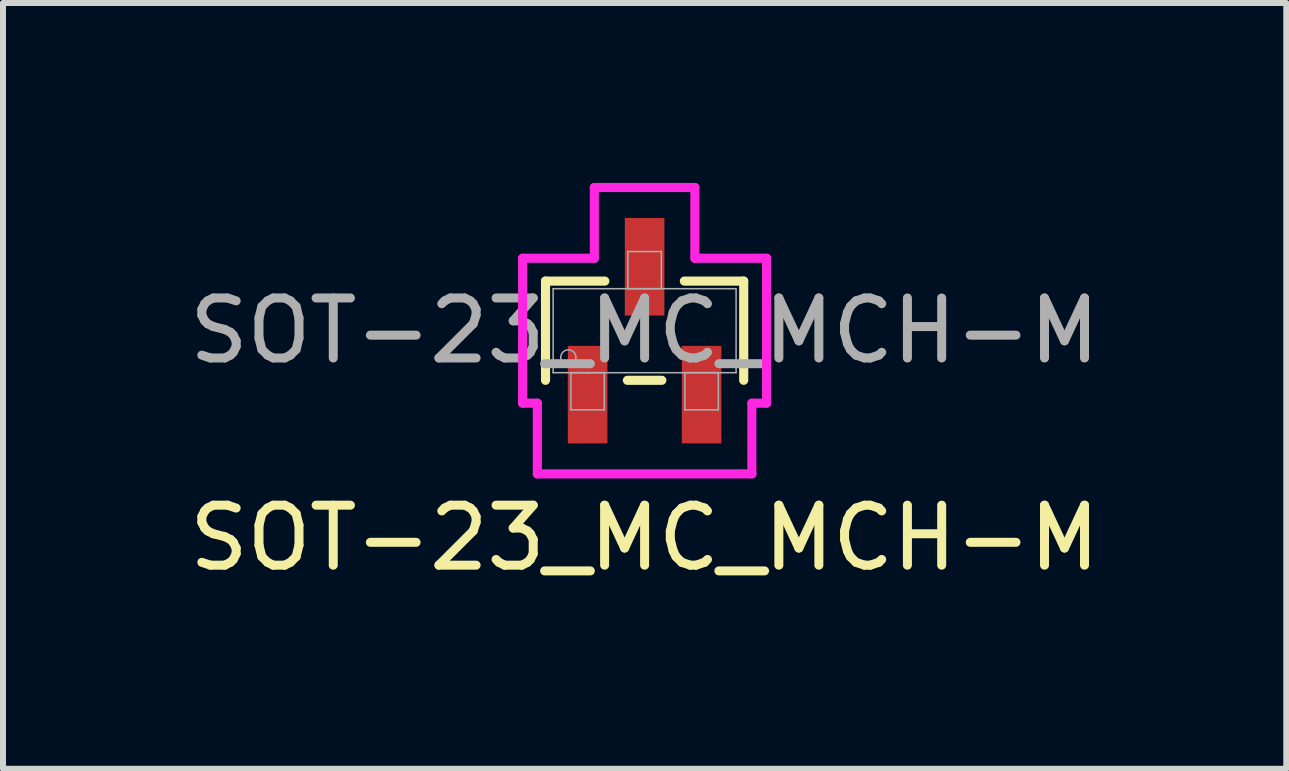
<source format=kicad_pcb>
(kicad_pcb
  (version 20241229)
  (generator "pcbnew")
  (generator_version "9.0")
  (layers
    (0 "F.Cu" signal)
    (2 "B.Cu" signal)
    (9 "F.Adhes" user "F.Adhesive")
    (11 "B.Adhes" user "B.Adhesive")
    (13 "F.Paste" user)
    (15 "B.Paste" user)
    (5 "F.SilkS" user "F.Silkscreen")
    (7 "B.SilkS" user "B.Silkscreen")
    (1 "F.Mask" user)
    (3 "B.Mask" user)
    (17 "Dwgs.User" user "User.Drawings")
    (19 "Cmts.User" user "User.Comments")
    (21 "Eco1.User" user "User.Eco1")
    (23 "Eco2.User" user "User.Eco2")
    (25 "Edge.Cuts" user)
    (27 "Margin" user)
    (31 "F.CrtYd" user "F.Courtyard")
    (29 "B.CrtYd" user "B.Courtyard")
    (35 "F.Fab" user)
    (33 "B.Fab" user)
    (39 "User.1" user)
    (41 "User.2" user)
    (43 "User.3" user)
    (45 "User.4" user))
  (footprint "SOT-23_MC_MCH-M"
    (layer "F.Cu")
    (at 7.696 2.463)
    (property "Reference" "SOT-23_MC_MCH-M" (at 0 3.454 0) (unlocked yes) (layer "F.SilkS") (effects (font (size 1 1) (thickness 0.15))))
    (attr smd)
    (fp_line (start -1.652 -0.827) (end -1.652 0.827) (stroke (width 0.152) (type solid)) (layer "F.SilkS"))
    (fp_line (start -0.663 -0.827) (end -1.652 -0.827) (stroke (width 0.152) (type solid)) (layer "F.SilkS"))
    (fp_line (start -0.287 0.827) (end 0.287 0.827) (stroke (width 0.152) (type solid)) (layer "F.SilkS"))
    (fp_line (start 1.652 -0.827) (end 0.663 -0.827) (stroke (width 0.152) (type solid)) (layer "F.SilkS"))
    (fp_line (start 1.652 0.827) (end 1.652 -0.827) (stroke (width 0.152) (type solid)) (layer "F.SilkS"))
    (fp_line (start -2.033 -1.208) (end -0.838 -1.208) (stroke (width 0.152) (type solid)) (layer "F.CrtYd"))
    (fp_line (start -2.033 1.208) (end -2.033 -1.208) (stroke (width 0.152) (type solid)) (layer "F.CrtYd"))
    (fp_line (start -2.033 1.208) (end -1.788 1.208) (stroke (width 0.152) (type solid)) (layer "F.CrtYd"))
    (fp_line (start -1.788 1.208) (end -1.788 2.387) (stroke (width 0.152) (type solid)) (layer "F.CrtYd"))
    (fp_line (start -1.788 2.387) (end 1.788 2.387) (stroke (width 0.152) (type solid)) (layer "F.CrtYd"))
    (fp_line (start -0.838 -2.387) (end 0.838 -2.387) (stroke (width 0.152) (type solid)) (layer "F.CrtYd"))
    (fp_line (start -0.838 -1.208) (end -0.838 -2.387) (stroke (width 0.152) (type solid)) (layer "F.CrtYd"))
    (fp_line (start 0.838 -1.208) (end 0.838 -2.387) (stroke (width 0.152) (type solid)) (layer "F.CrtYd"))
    (fp_line (start 1.788 1.208) (end 1.788 2.387) (stroke (width 0.152) (type solid)) (layer "F.CrtYd"))
    (fp_line (start 2.033 -1.208) (end 0.838 -1.208) (stroke (width 0.152) (type solid)) (layer "F.CrtYd"))
    (fp_line (start 2.033 -1.208) (end 2.033 1.208) (stroke (width 0.152) (type solid)) (layer "F.CrtYd"))
    (fp_line (start 2.033 1.208) (end 1.788 1.208) (stroke (width 0.152) (type solid)) (layer "F.CrtYd"))
    (fp_line (start -1.525 -0.7) (end -1.525 0.7) (stroke (width 0.025) (type solid)) (layer "F.Fab"))
    (fp_line (start -1.525 0.7) (end 1.525 0.7) (stroke (width 0.025) (type solid)) (layer "F.Fab"))
    (fp_line (start -1.229 0.7) (end -1.229 1.32) (stroke (width 0.025) (type solid)) (layer "F.Fab"))
    (fp_line (start -1.229 1.32) (end -0.671 1.32) (stroke (width 0.025) (type solid)) (layer "F.Fab"))
    (fp_line (start -0.671 0.7) (end -1.229 0.7) (stroke (width 0.025) (type solid)) (layer "F.Fab"))
    (fp_line (start -0.671 1.32) (end -0.671 0.7) (stroke (width 0.025) (type solid)) (layer "F.Fab"))
    (fp_line (start -0.279 -1.32) (end -0.279 -0.7) (stroke (width 0.025) (type solid)) (layer "F.Fab"))
    (fp_line (start -0.279 -0.7) (end 0.279 -0.7) (stroke (width 0.025) (type solid)) (layer "F.Fab"))
    (fp_line (start 0.279 -1.32) (end -0.279 -1.32) (stroke (width 0.025) (type solid)) (layer "F.Fab"))
    (fp_line (start 0.279 -0.7) (end 0.279 -1.32) (stroke (width 0.025) (type solid)) (layer "F.Fab"))
    (fp_line (start 0.671 0.7) (end 0.671 1.32) (stroke (width 0.025) (type solid)) (layer "F.Fab"))
    (fp_line (start 0.671 1.32) (end 1.229 1.32) (stroke (width 0.025) (type solid)) (layer "F.Fab"))
    (fp_line (start 1.229 0.7) (end 0.671 0.7) (stroke (width 0.025) (type solid)) (layer "F.Fab"))
    (fp_line (start 1.229 1.32) (end 1.229 0.7) (stroke (width 0.025) (type solid)) (layer "F.Fab"))
    (fp_line (start 1.525 -0.7) (end -1.525 -0.7) (stroke (width 0.025) (type solid)) (layer "F.Fab"))
    (fp_line (start 1.525 0.7) (end 1.525 -0.7) (stroke (width 0.025) (type solid)) (layer "F.Fab"))
    (fp_circle (center -1.271 0.446) (end -1.144 0.446) (stroke (width 0.025) (type solid)) (fill no) (layer "F.Fab"))
    (fp_text user "${REFERENCE}" (at 0 0 0) (unlocked yes) (layer "F.Fab") (effects (font (size 1 1) (thickness 0.15))))
    (pad "1" smd rect (at -0.95 1.066) (size 0.66 1.626) (layers "F.Cu" "F.Mask" "F.Paste"))
    (pad "2" smd rect (at 0.95 1.066) (size 0.66 1.626) (layers "F.Cu" "F.Mask" "F.Paste"))
    (pad "3" smd rect (at 0 -1.066) (size 0.66 1.626) (layers "F.Cu" "F.Mask" "F.Paste")))
  (gr_rect
    (start -3 -3)
    (end 18.393 9.766)
    (stroke (width 0.1) (type default))
    (fill no)
    (layer "Edge.Cuts")))
</source>
